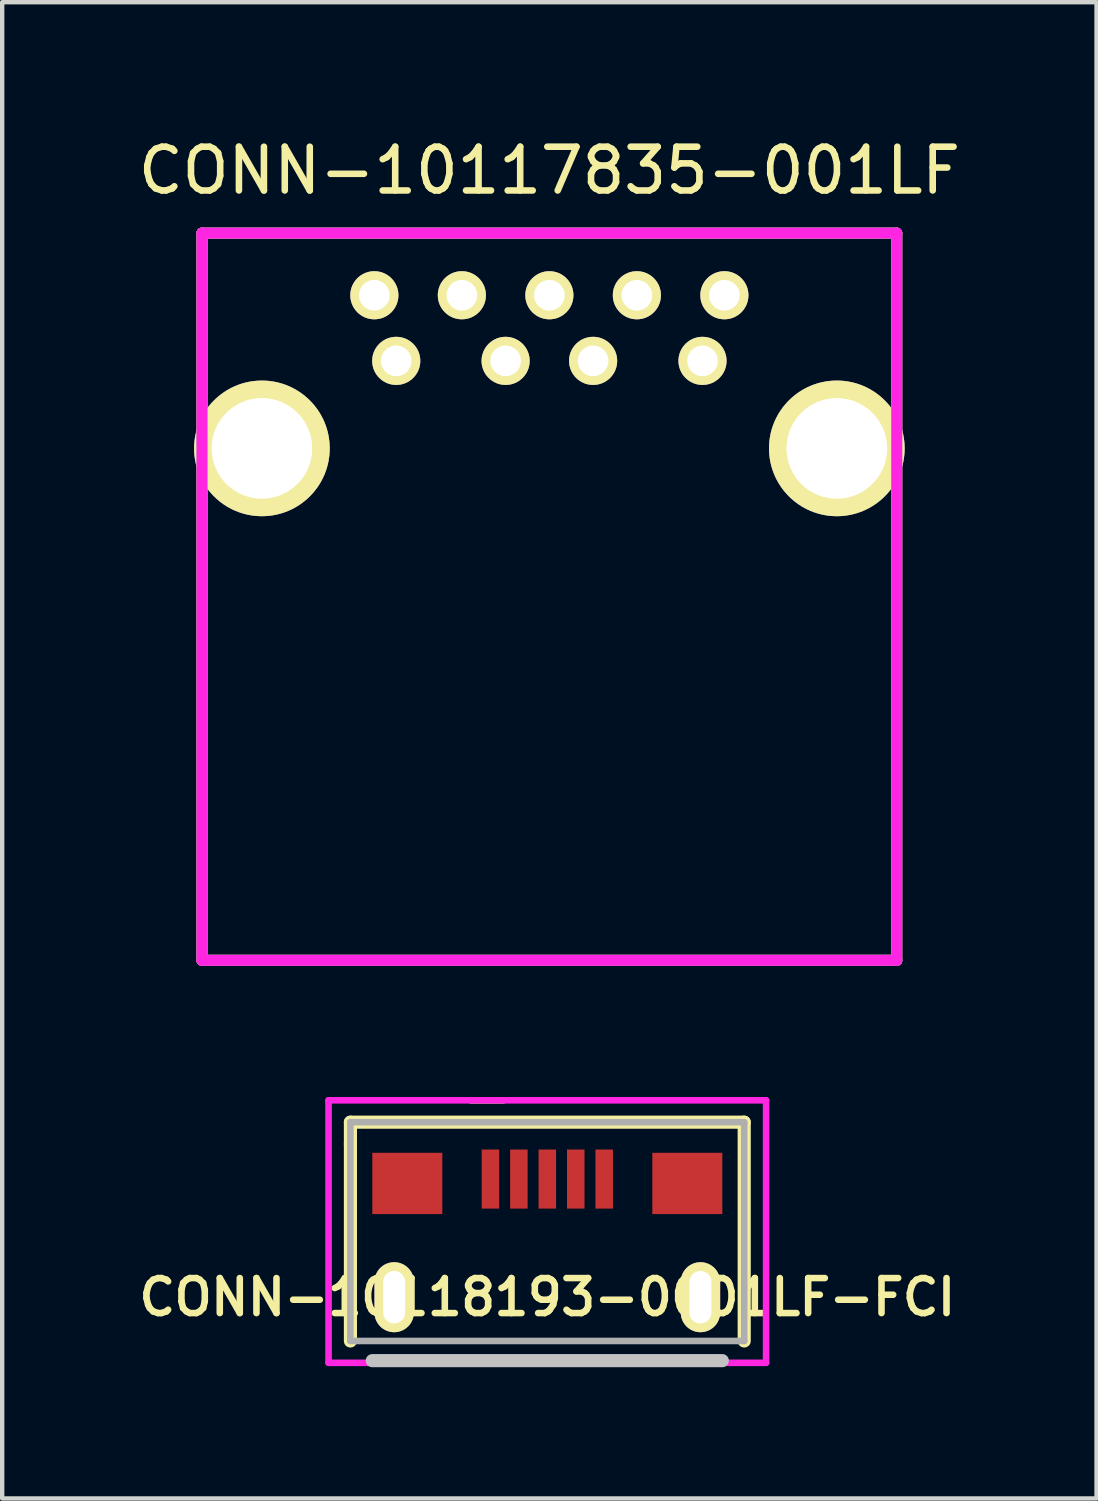
<source format=kicad_pcb>
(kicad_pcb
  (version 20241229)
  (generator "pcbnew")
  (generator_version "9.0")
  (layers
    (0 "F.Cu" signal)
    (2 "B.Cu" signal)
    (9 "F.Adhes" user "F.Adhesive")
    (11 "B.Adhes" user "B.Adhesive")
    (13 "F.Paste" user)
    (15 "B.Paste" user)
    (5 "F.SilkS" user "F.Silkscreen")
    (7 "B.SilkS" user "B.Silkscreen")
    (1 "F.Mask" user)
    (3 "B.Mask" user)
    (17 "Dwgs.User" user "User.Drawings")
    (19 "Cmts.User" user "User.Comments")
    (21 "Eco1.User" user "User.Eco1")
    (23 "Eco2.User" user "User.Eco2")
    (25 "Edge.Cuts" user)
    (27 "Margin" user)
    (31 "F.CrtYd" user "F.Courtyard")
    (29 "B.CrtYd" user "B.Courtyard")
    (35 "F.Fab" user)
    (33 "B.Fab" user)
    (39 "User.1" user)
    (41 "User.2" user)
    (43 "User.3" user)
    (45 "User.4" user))
  (footprint "CONN-10118193-0001LF-FCI"
    (layer "F.Cu")
    (at 9.459 26.598)
    (property "Reference" "CONN-10118193-0001LF-FCI" (at 0 0 0) (layer "F.SilkS") (effects (font (size 0.8 0.8) (thickness 0.15))))
    (attr smd)
    (fp_line (start -4.5 -4) (end 4.5 -4) (stroke (width 0.3) (type solid)) (layer "F.SilkS"))
    (fp_line (start -4.5 -3.5) (end -4.5 -4) (stroke (width 0.3) (type solid)) (layer "F.SilkS"))
    (fp_line (start -4.5 1) (end -4.5 -3.5) (stroke (width 0.3) (type solid)) (layer "F.SilkS"))
    (fp_line (start -1.75 -4.5) (end -1 -4.5) (stroke (width 0.15) (type solid)) (layer "F.SilkS"))
    (fp_line (start 4.5 -4) (end 4.5 1) (stroke (width 0.3) (type solid)) (layer "F.SilkS"))
    (fp_line (start -4 1.45) (end 4 1.45) (stroke (width 0.3) (type solid)) (layer "Dwgs.User"))
    (fp_line (start -5 -4.5) (end 5 -4.5) (stroke (width 0.15) (type solid)) (layer "F.CrtYd"))
    (fp_line (start -5 1.5) (end -5 -4.5) (stroke (width 0.15) (type solid)) (layer "F.CrtYd"))
    (fp_line (start 5 -4.5) (end 5 1.5) (stroke (width 0.15) (type solid)) (layer "F.CrtYd"))
    (fp_line (start 5 1.5) (end -5 1.5) (stroke (width 0.15) (type solid)) (layer "F.CrtYd"))
    (fp_line (start -4.5 -4) (end -4.5 1) (stroke (width 0.15) (type solid)) (layer "F.Fab"))
    (fp_line (start -4.5 1) (end 4.5 1) (stroke (width 0.15) (type solid)) (layer "F.Fab"))
    (fp_line (start 4.5 -4) (end -4.5 -4) (stroke (width 0.15) (type solid)) (layer "F.Fab"))
    (fp_line (start 4.5 1) (end 4.5 -4) (stroke (width 0.15) (type solid)) (layer "F.Fab"))
    (pad "1" smd rect (at -1.3 -2.7) (size 0.4 1.35) (layers "F.Cu" "F.Mask" "F.Paste"))
    (pad "2" smd rect (at -0.65 -2.7) (size 0.4 1.35) (layers "F.Cu" "F.Mask" "F.Paste"))
    (pad "3" smd rect (at 0 -2.7) (size 0.4 1.35) (layers "F.Cu" "F.Mask" "F.Paste"))
    (pad "4" smd rect (at 0.65 -2.7) (size 0.4 1.35) (layers "F.Cu" "F.Mask" "F.Paste"))
    (pad "5" smd rect (at 1.3 -2.7) (size 0.4 1.35) (layers "F.Cu" "F.Mask" "F.Paste"))
    (pad "SH" thru_hole oval (at -3.5 0) (size 0.9 1.6) (drill oval 0.5 1.2) (layers "*.Cu" "*.Mask" "F.SilkS"))
    (pad "SH" smd rect (at -3.2 -2.6) (size 1.6 1.4) (layers "F.Cu" "F.Mask" "F.Paste"))
    (pad "SH" smd rect (at 3.2 -2.6) (size 1.6 1.4) (layers "F.Cu" "F.Mask" "F.Paste"))
    (pad "SH" thru_hole oval (at 3.5 0) (size 0.9 1.6) (drill oval 0.5 1.2) (layers "*.Cu" "*.Mask" "F.SilkS")))
  (footprint "CONN-10117835-001LF"
    (layer "F.Cu")
    (at 9.506 7.198)
    (property "Reference" "CONN-10117835-001LF" (at 0 -6.35 0) (layer "F.SilkS") (effects (font (size 1 1) (thickness 0.15))))
    (attr through_hole)
    (fp_line (start -7.94 -4.92) (end -7.94 11.7) (stroke (width 0.25) (type solid)) (layer "F.SilkS"))
    (fp_line (start -7.94 -4.92) (end 7.94 -4.92) (stroke (width 0.25) (type solid)) (layer "F.SilkS"))
    (fp_line (start -7.94 11.7) (end 7.94 11.7) (stroke (width 0.25) (type solid)) (layer "F.SilkS"))
    (fp_line (start 7.94 -4.92) (end 7.94 11.7) (stroke (width 0.25) (type solid)) (layer "F.SilkS"))
    (fp_line (start -7.94 -4.92) (end -7.94 11.7) (stroke (width 0.25) (type solid)) (layer "F.CrtYd"))
    (fp_line (start -7.94 -4.92) (end 7.94 -4.92) (stroke (width 0.25) (type solid)) (layer "F.CrtYd"))
    (fp_line (start -7.94 11.7) (end 7.94 11.7) (stroke (width 0.25) (type solid)) (layer "F.CrtYd"))
    (fp_line (start 7.94 -4.92) (end 7.94 11.7) (stroke (width 0.25) (type solid)) (layer "F.CrtYd"))
    (fp_line (start -7.94 -4.92) (end -7.94 11.7) (stroke (width 0.25) (type solid)) (layer "F.Fab"))
    (fp_line (start -7.94 -4.92) (end 7.94 -4.92) (stroke (width 0.25) (type solid)) (layer "F.Fab"))
    (fp_line (start -7.94 11.7) (end 7.94 11.7) (stroke (width 0.25) (type solid)) (layer "F.Fab"))
    (fp_line (start 7.94 -4.92) (end 7.94 11.7) (stroke (width 0.25) (type solid)) (layer "F.Fab"))
    (pad "1" thru_hole circle (at -3.5 -2) (size 1.1 1.1) (drill 0.7) (layers "*.Cu" "*.Mask" "F.SilkS"))
    (pad "2" thru_hole circle (at -1 -2) (size 1.1 1.1) (drill 0.7) (layers "*.Cu" "*.Mask" "F.SilkS"))
    (pad "3" thru_hole circle (at 1 -2) (size 1.1 1.1) (drill 0.7) (layers "*.Cu" "*.Mask" "F.SilkS"))
    (pad "4" thru_hole circle (at 3.5 -2) (size 1.1 1.1) (drill 0.7) (layers "*.Cu" "*.Mask" "F.SilkS"))
    (pad "5" thru_hole circle (at 4 -3.5) (size 1.1 1.1) (drill 0.7) (layers "*.Cu" "*.Mask" "F.SilkS"))
    (pad "6" thru_hole circle (at 2 -3.5) (size 1.1 1.1) (drill 0.7) (layers "*.Cu" "*.Mask" "F.SilkS"))
    (pad "7" thru_hole circle (at 0 -3.5) (size 1.1 1.1) (drill 0.7) (layers "*.Cu" "*.Mask" "F.SilkS"))
    (pad "8" thru_hole circle (at -2 -3.5) (size 1.1 1.1) (drill 0.7) (layers "*.Cu" "*.Mask" "F.SilkS"))
    (pad "9" thru_hole circle (at -4 -3.5) (size 1.1 1.1) (drill 0.7) (layers "*.Cu" "*.Mask" "F.SilkS"))
    (pad "SH" thru_hole circle (at -6.57 0) (size 3.1 3.1) (drill 2.3) (layers "*.Cu" "*.Mask" "F.SilkS"))
    (pad "SH" thru_hole circle (at 6.57 0) (size 3.1 3.1) (drill 2.3) (layers "*.Cu" "*.Mask" "F.SilkS")))
  (gr_rect
    (start -3 -3)
    (end 22.012 31.198)
    (stroke (width 0.1) (type default))
    (fill no)
    (layer "Edge.Cuts")))
</source>
